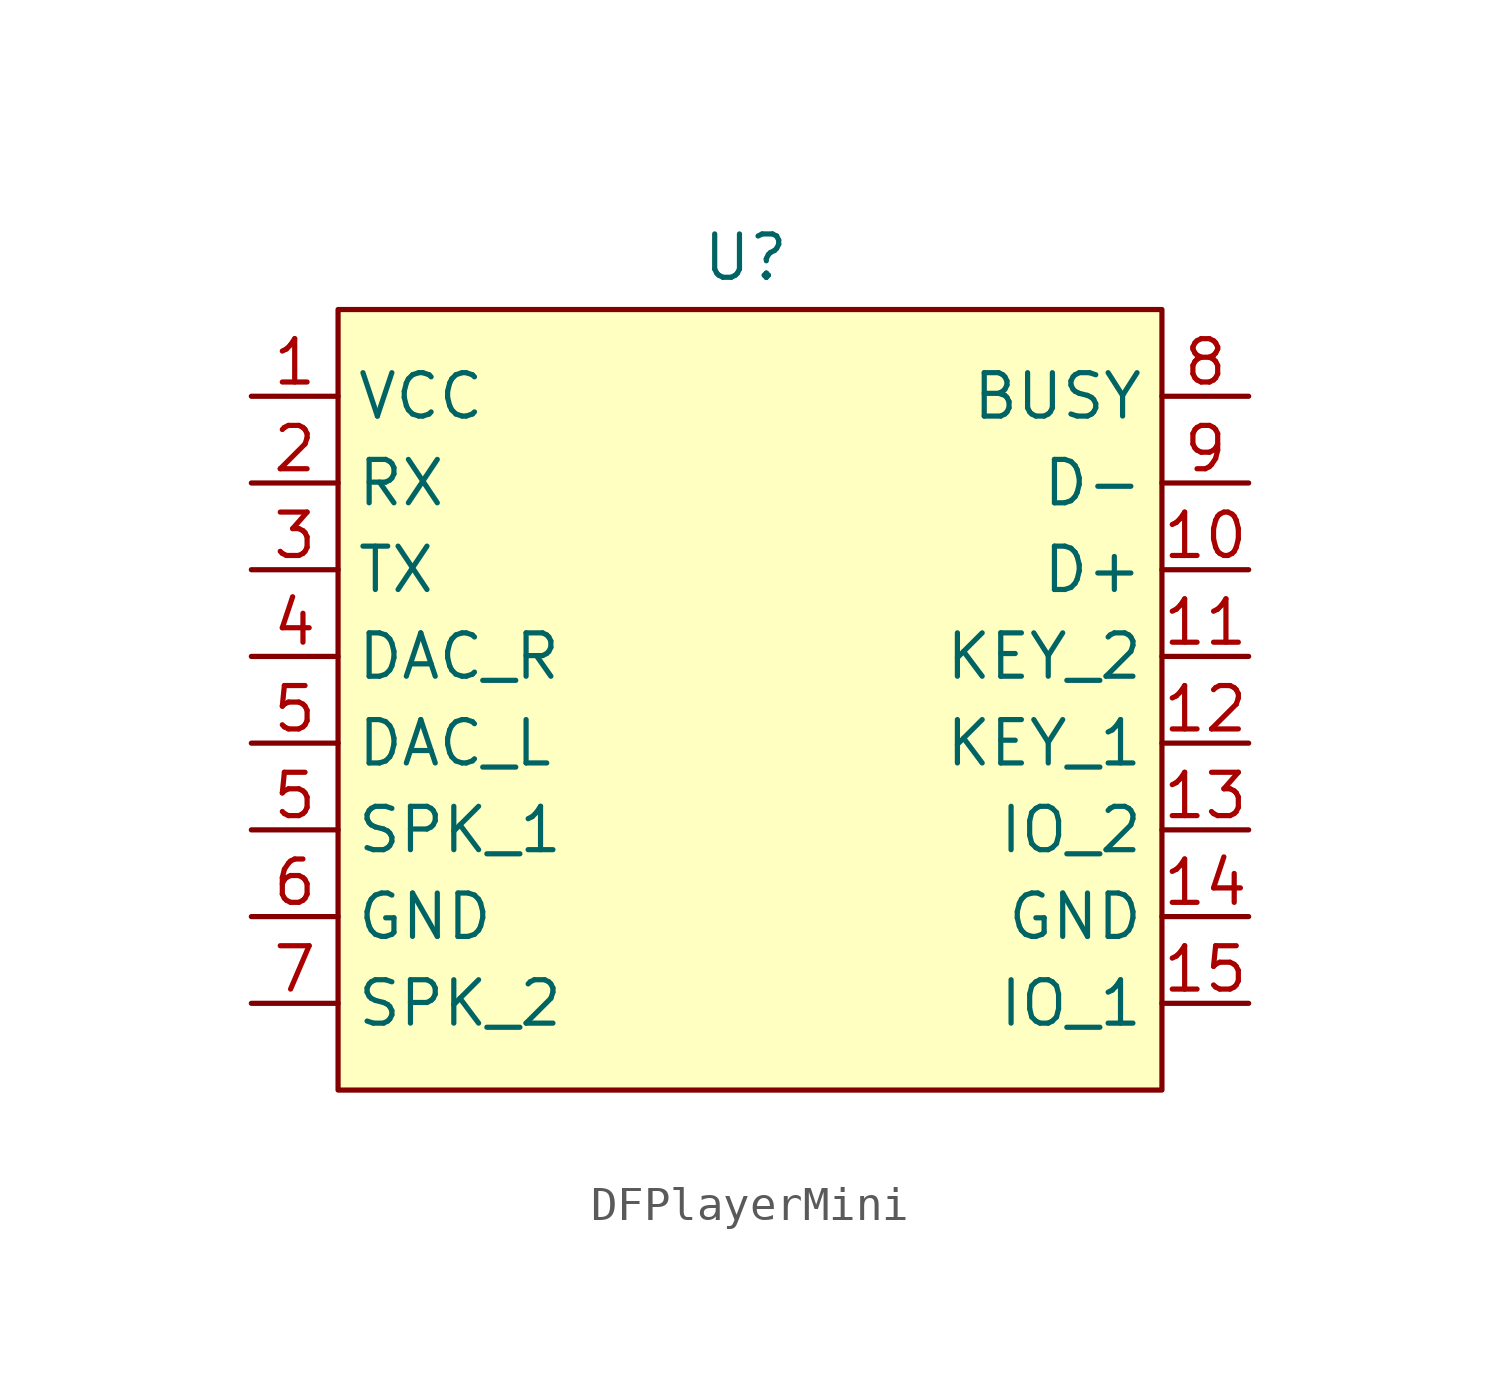
<source format=kicad_sym>
(kicad_symbol_lib
  (version 20241209)
  (generator "kicad_symbol_editor")
  (generator_version "9.0")
  (symbol "DFPlayerMini"
    (property "Reference" "U"
      (at 11.938 16.764 0)
      (effects (font (size 1.27 1.27))))
    (property "Value" ""
      (at 0 0 0)
      (effects (font (size 1.27 1.27))))
    (symbol "DFPlayerMini_0_1"
      (rectangle (start 0 15.24) (end 24.13 -7.62) (stroke (width 0) (type default)) (fill (type background))))
    (symbol "DFPlayerMini_1_1"
      (pin power_in line (at -2.54 12.7 0) (length 2.54) (name "VCC" (effects (font (size 1.27 1.27)))) (number "1" (effects (font (size 1.27 1.27)))))
      (pin bidirectional line (at -2.54 10.16 0) (length 2.54) (name "RX" (effects (font (size 1.27 1.27)))) (number "2" (effects (font (size 1.27 1.27)))))
      (pin bidirectional line (at -2.54 7.62 0) (length 2.54) (name "TX" (effects (font (size 1.27 1.27)))) (number "3" (effects (font (size 1.27 1.27)))))
      (pin output line (at -2.54 5.08 0) (length 2.54) (name "DAC_R" (effects (font (size 1.27 1.27)))) (number "4" (effects (font (size 1.27 1.27)))))
      (pin output line (at -2.54 2.54 0) (length 2.54) (name "DAC_L" (effects (font (size 1.27 1.27)))) (number "5" (effects (font (size 1.27 1.27)))))
      (pin output line (at -2.54 0 0) (length 2.54) (name "SPK_1" (effects (font (size 1.27 1.27)))) (number "5" (effects (font (size 1.27 1.27)))))
      (pin power_in line (at -2.54 -2.54 0) (length 2.54) (name "GND" (effects (font (size 1.27 1.27)))) (number "6" (effects (font (size 1.27 1.27)))))
      (pin output line (at -2.54 -5.08 0) (length 2.54) (name "SPK_2" (effects (font (size 1.27 1.27)))) (number "7" (effects (font (size 1.27 1.27)))))
      (pin output line (at 26.67 12.7 180) (length 2.54) (name "BUSY" (effects (font (size 1.27 1.27)))) (number "8" (effects (font (size 1.27 1.27)))))
      (pin bidirectional line (at 26.67 10.16 180) (length 2.54) (name "D-" (effects (font (size 1.27 1.27)))) (number "9" (effects (font (size 1.27 1.27)))))
      (pin bidirectional line (at 26.67 7.62 180) (length 2.54) (name "D+" (effects (font (size 1.27 1.27)))) (number "10" (effects (font (size 1.27 1.27)))))
      (pin input line (at 26.67 5.08 180) (length 2.54) (name "KEY_2" (effects (font (size 1.27 1.27)))) (number "11" (effects (font (size 1.27 1.27)))))
      (pin input line (at 26.67 2.54 180) (length 2.54) (name "KEY_1" (effects (font (size 1.27 1.27)))) (number "12" (effects (font (size 1.27 1.27)))))
      (pin bidirectional line (at 26.67 0 180) (length 2.54) (name "IO_2" (effects (font (size 1.27 1.27)))) (number "13" (effects (font (size 1.27 1.27)))))
      (pin power_in line (at 26.67 -2.54 180) (length 2.54) (name "GND" (effects (font (size 1.27 1.27)))) (number "14" (effects (font (size 1.27 1.27)))))
      (pin bidirectional line (at 26.67 -5.08 180) (length 2.54) (name "IO_1" (effects (font (size 1.27 1.27)))) (number "15" (effects (font (size 1.27 1.27))))))))
</source>
